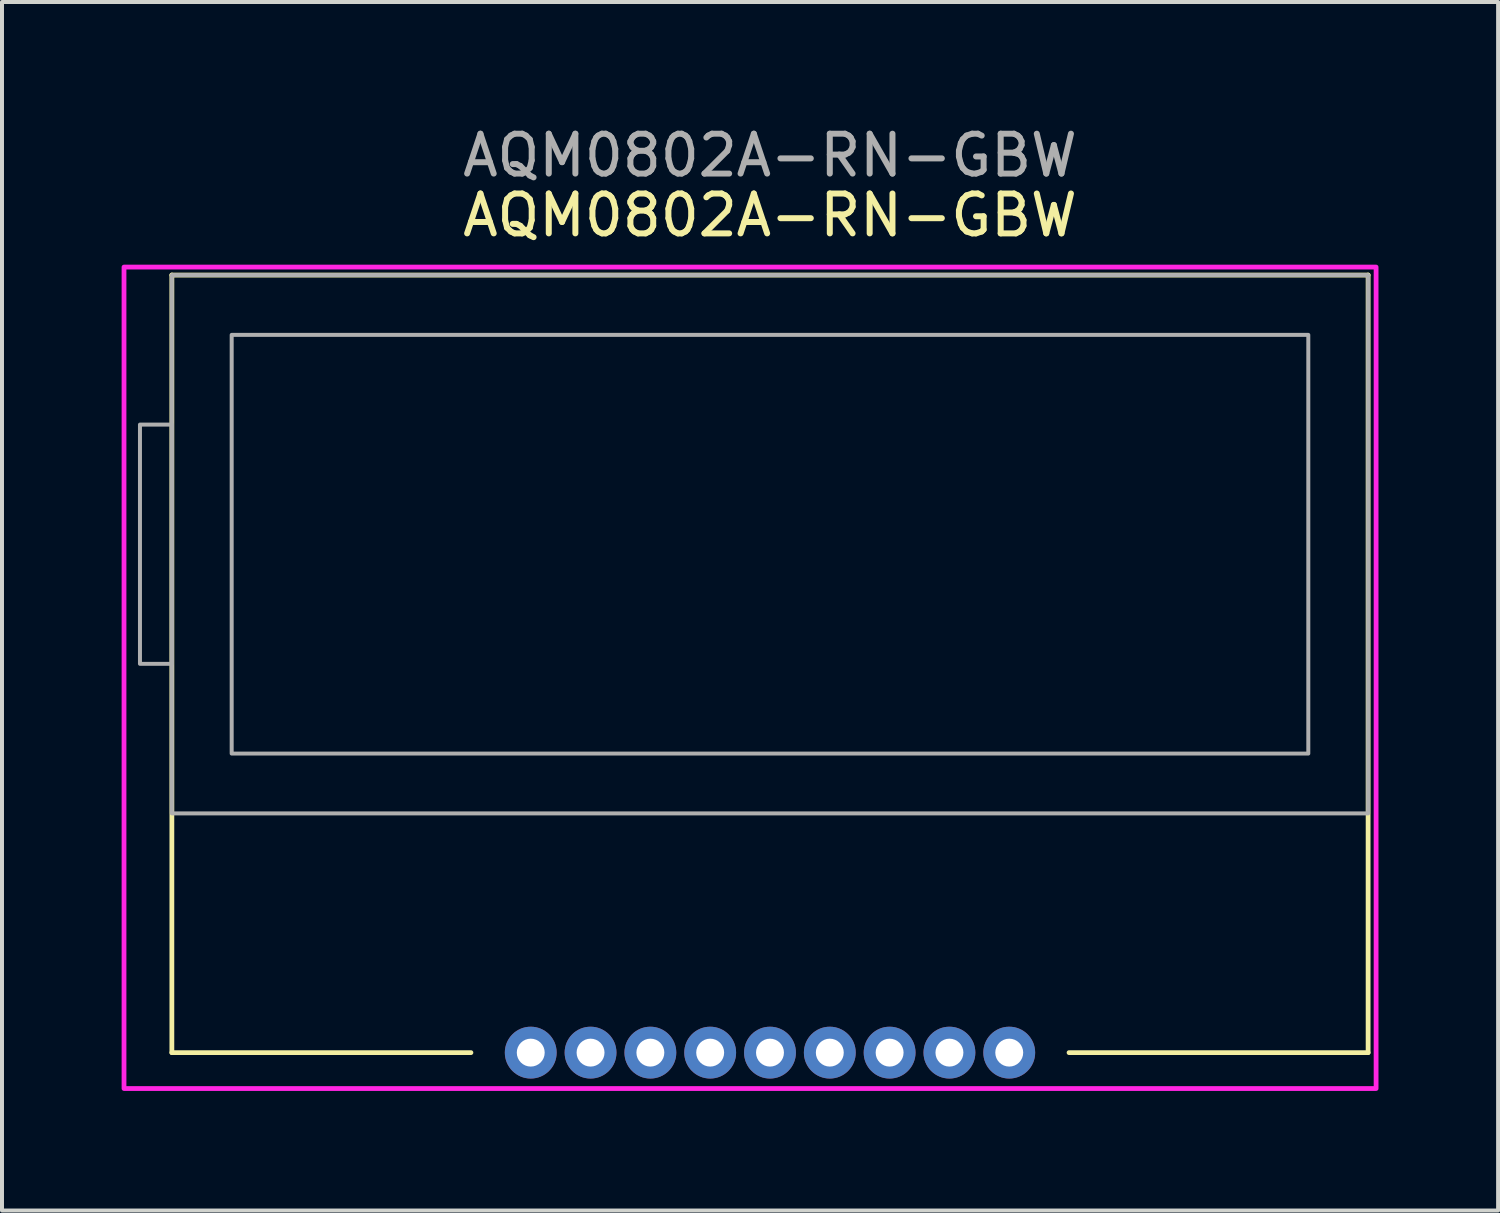
<source format=kicad_pcb>
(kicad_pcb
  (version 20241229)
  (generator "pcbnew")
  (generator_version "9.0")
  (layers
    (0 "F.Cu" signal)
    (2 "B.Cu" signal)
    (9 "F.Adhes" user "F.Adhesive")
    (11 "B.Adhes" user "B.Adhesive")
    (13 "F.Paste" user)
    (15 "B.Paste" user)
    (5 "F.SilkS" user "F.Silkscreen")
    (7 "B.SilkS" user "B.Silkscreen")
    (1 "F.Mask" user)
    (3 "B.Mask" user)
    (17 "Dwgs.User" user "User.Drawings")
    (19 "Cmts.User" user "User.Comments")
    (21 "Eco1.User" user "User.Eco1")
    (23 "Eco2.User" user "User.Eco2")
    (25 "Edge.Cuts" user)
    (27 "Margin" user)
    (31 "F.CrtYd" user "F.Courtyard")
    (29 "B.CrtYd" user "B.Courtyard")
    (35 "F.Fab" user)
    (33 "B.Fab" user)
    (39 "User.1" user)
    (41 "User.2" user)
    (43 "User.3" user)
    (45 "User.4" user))
  (footprint "AQM0802A-RN-GBW"
    (layer "F.Cu")
    (at 16.26 13.848)
    (property "Reference" "AQM0802A-RN-GBW" (at 0 -11.5 0) (unlocked yes) (layer "F.SilkS") (effects (font (size 1 1) (thickness 0.15))))
    (attr through_hole)
    (fp_line (start -15 -10) (end -15 9.5) (stroke (width 0.12) (type solid)) (layer "F.SilkS"))
    (fp_line (start -15 -10) (end 15 -10) (stroke (width 0.12) (type solid)) (layer "F.SilkS"))
    (fp_line (start -15 9.5) (end -7.5 9.5) (stroke (width 0.12) (type solid)) (layer "F.SilkS"))
    (fp_line (start 15 -10) (end 15 9.5) (stroke (width 0.12) (type solid)) (layer "F.SilkS"))
    (fp_line (start 15 9.5) (end 7.5 9.5) (stroke (width 0.12) (type solid)) (layer "F.SilkS"))
    (fp_rect (start -16.2 -10.2) (end 15.2 10.4) (stroke (width 0.12) (type solid)) (fill no) (layer "F.CrtYd"))
    (fp_rect (start -15 -10) (end 15 3.5) (stroke (width 0.1) (type solid)) (fill no) (layer "F.Fab"))
    (fp_rect (start -15 -6.25) (end -15.8 -0.25) (stroke (width 0.1) (type solid)) (fill no) (layer "F.Fab"))
    (fp_rect (start -13.5 -8.5) (end 13.5 2) (stroke (width 0.1) (type solid)) (fill no) (layer "F.Fab"))
    (fp_text user "${REFERENCE}" (at 0 -13 0) (unlocked yes) (layer "F.Fab") (effects (font (size 1 1) (thickness 0.15))))
    (pad "1" thru_hole circle (at -6 9.5) (size 1.3 1.3) (drill 0.7) (layers "*.Cu" "*.Mask"))
    (pad "2" thru_hole circle (at -4.5 9.5) (size 1.3 1.3) (drill 0.7) (layers "*.Cu" "*.Mask"))
    (pad "3" thru_hole circle (at -3 9.5) (size 1.3 1.3) (drill 0.7) (layers "*.Cu" "*.Mask"))
    (pad "4" thru_hole circle (at -1.5 9.5) (size 1.3 1.3) (drill 0.7) (layers "*.Cu" "*.Mask"))
    (pad "5" thru_hole circle (at 0 9.5) (size 1.3 1.3) (drill 0.7) (layers "*.Cu" "*.Mask"))
    (pad "6" thru_hole circle (at 1.5 9.5) (size 1.3 1.3) (drill 0.7) (layers "*.Cu" "*.Mask"))
    (pad "7" thru_hole circle (at 3 9.5) (size 1.3 1.3) (drill 0.7) (layers "*.Cu" "*.Mask"))
    (pad "8" thru_hole circle (at 4.5 9.5) (size 1.3 1.3) (drill 0.7) (layers "*.Cu" "*.Mask"))
    (pad "9" thru_hole circle (at 6 9.5) (size 1.3 1.3) (drill 0.7) (layers "*.Cu" "*.Mask")))
  (gr_rect
    (start -3 -3)
    (end 34.52 27.308)
    (stroke (width 0.1) (type default))
    (fill no)
    (layer "Edge.Cuts")))
</source>
